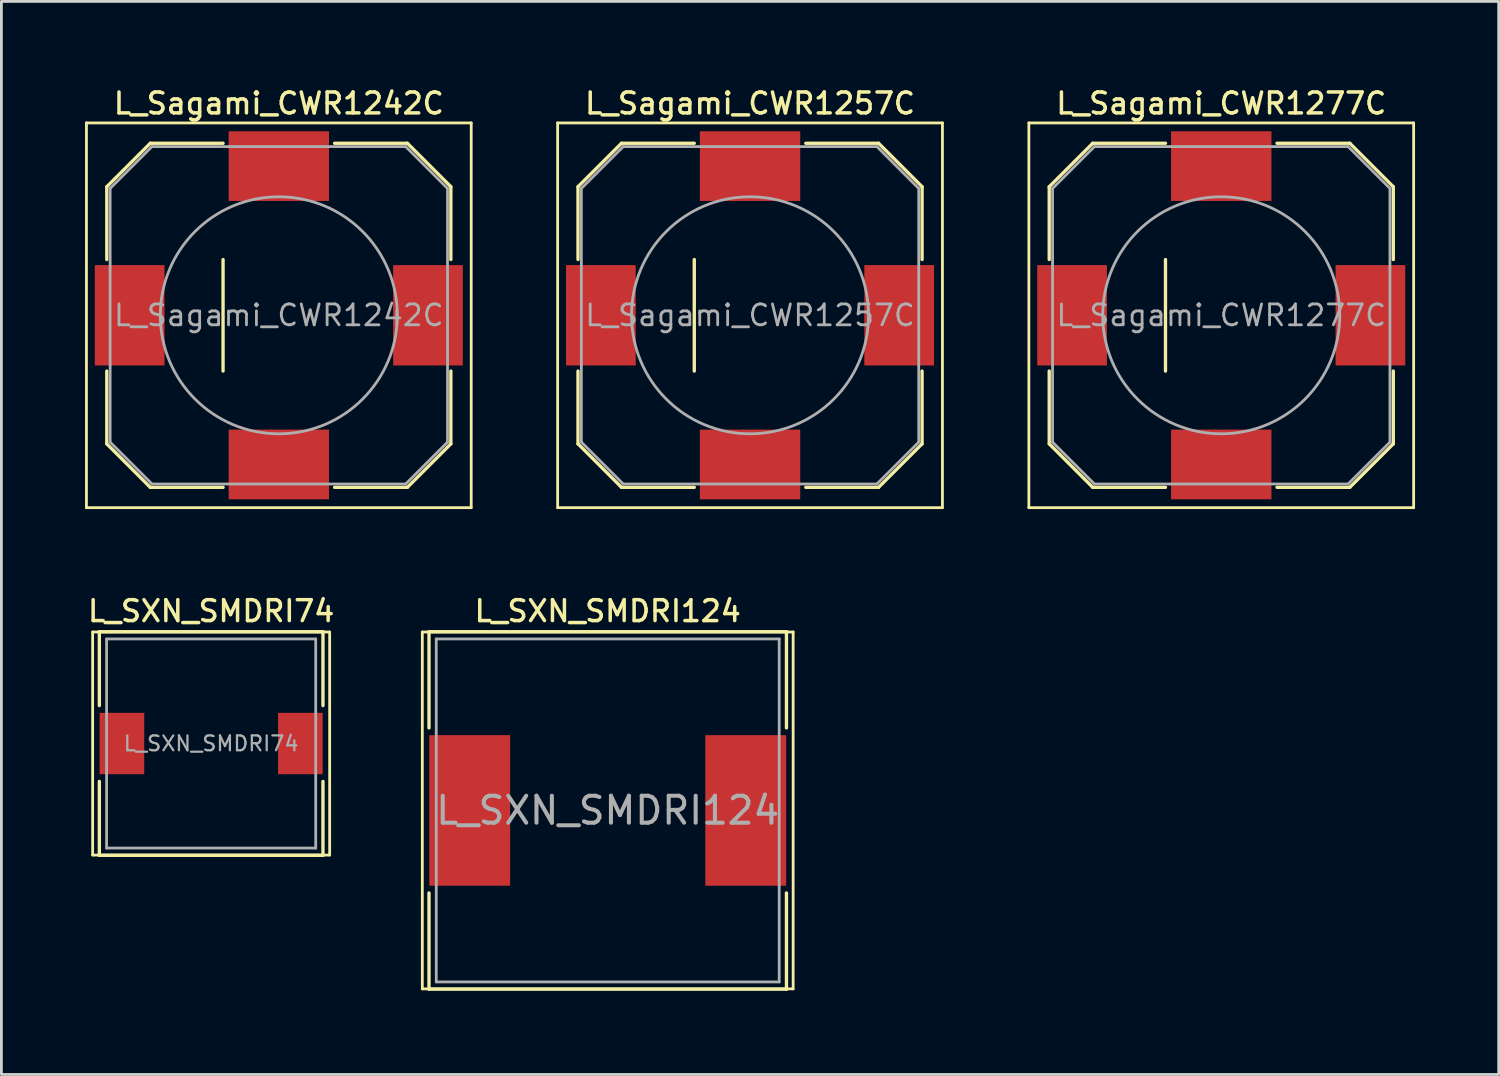
<source format=kicad_pcb>
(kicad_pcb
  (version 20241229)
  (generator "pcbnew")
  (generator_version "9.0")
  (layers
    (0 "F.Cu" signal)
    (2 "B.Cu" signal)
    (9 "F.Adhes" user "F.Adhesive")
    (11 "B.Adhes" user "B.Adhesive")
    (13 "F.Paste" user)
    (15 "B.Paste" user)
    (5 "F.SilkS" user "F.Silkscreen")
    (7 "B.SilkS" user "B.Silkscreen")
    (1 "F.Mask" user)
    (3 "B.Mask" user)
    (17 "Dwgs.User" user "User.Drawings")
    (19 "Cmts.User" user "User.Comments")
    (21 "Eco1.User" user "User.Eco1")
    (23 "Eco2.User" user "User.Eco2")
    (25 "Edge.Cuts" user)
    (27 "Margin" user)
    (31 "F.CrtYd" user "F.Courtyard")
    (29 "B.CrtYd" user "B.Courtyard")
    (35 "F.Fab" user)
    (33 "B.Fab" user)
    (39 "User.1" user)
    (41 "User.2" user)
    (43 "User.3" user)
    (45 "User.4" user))
  (footprint "L_Sagami_CWR1242C"
    (layer "F.Cu")
    (at 6.95 8.258)
    (property "Reference" "L_Sagami_CWR1242C" (at 0 -7.6 0) (layer "F.SilkS") (effects (font (size 0.75 0.75) (thickness 0.125))))
    (attr smd)
    (fp_line (start -6.9 -6.9) (end -6.9 6.9) (stroke (width 0.1) (type solid)) (layer "F.SilkS"))
    (fp_line (start -6.9 -6.9) (end 6.9 -6.9) (stroke (width 0.1) (type solid)) (layer "F.SilkS"))
    (fp_line (start -6.9 6.9) (end 6.9 6.9) (stroke (width 0.1) (type solid)) (layer "F.SilkS"))
    (fp_line (start -6.17 -4.61) (end -6.17 -2) (stroke (width 0.12) (type solid)) (layer "F.SilkS"))
    (fp_line (start -6.17 2) (end -6.17 4.61) (stroke (width 0.12) (type solid)) (layer "F.SilkS"))
    (fp_line (start -4.61 -6.17) (end -6.17 -4.61) (stroke (width 0.12) (type solid)) (layer "F.SilkS"))
    (fp_line (start -4.61 -6.17) (end -2 -6.17) (stroke (width 0.12) (type solid)) (layer "F.SilkS"))
    (fp_line (start -4.61 6.17) (end -6.17 4.61) (stroke (width 0.12) (type solid)) (layer "F.SilkS"))
    (fp_line (start -4.61 6.17) (end -2 6.17) (stroke (width 0.12) (type solid)) (layer "F.SilkS"))
    (fp_line (start -2 -2) (end -2 2) (stroke (width 0.12) (type solid)) (layer "F.SilkS"))
    (fp_line (start 2 6.17) (end 4.61 6.17) (stroke (width 0.12) (type solid)) (layer "F.SilkS"))
    (fp_line (start 4.61 -6.17) (end 2 -6.17) (stroke (width 0.12) (type solid)) (layer "F.SilkS"))
    (fp_line (start 4.61 -6.17) (end 6.17 -4.61) (stroke (width 0.12) (type solid)) (layer "F.SilkS"))
    (fp_line (start 4.61 6.17) (end 6.17 4.61) (stroke (width 0.12) (type solid)) (layer "F.SilkS"))
    (fp_line (start 6.17 -2) (end 6.17 -4.61) (stroke (width 0.12) (type solid)) (layer "F.SilkS"))
    (fp_line (start 6.17 4.61) (end 6.17 2) (stroke (width 0.12) (type solid)) (layer "F.SilkS"))
    (fp_line (start 6.9 -6.9) (end 6.9 6.9) (stroke (width 0.1) (type solid)) (layer "F.SilkS"))
    (fp_line (start -6.05 -4.55) (end -4.55 -6.05) (stroke (width 0.1) (type solid)) (layer "F.Fab"))
    (fp_line (start -6.05 4.55) (end -6.05 -4.55) (stroke (width 0.1) (type solid)) (layer "F.Fab"))
    (fp_line (start -6.05 4.55) (end -4.55 6.05) (stroke (width 0.1) (type solid)) (layer "F.Fab"))
    (fp_line (start -4.55 -6.05) (end 4.55 -6.05) (stroke (width 0.1) (type solid)) (layer "F.Fab"))
    (fp_line (start 4.55 -6.05) (end 6.05 -4.55) (stroke (width 0.1) (type solid)) (layer "F.Fab"))
    (fp_line (start 4.55 6.05) (end -4.55 6.05) (stroke (width 0.1) (type solid)) (layer "F.Fab"))
    (fp_line (start 4.55 6.05) (end 6.05 4.55) (stroke (width 0.1) (type solid)) (layer "F.Fab"))
    (fp_line (start 6.05 -4.55) (end 6.05 4.55) (stroke (width 0.1) (type solid)) (layer "F.Fab"))
    (fp_circle (center 0 0) (end 4.25 0) (stroke (width 0.1) (type solid)) (fill no) (layer "F.Fab"))
    (fp_text user "${REFERENCE}" (at 0 0 0) (layer "F.Fab") (effects (font (size 0.75 0.75) (thickness 0.1))))
    (pad "1" smd rect (at -5.35 0) (size 2.5 3.6) (layers "F.Cu" "F.Mask" "F.Paste"))
    (pad "1" smd rect (at 0 5.35) (size 3.6 2.5) (layers "F.Cu" "F.Mask" "F.Paste"))
    (pad "2" smd rect (at 0 -5.35) (size 3.6 2.5) (layers "F.Cu" "F.Mask" "F.Paste"))
    (pad "2" smd rect (at 5.35 0) (size 2.5 3.6) (layers "F.Cu" "F.Mask" "F.Paste")))
  (footprint "L_Sagami_CWR1277C"
    (layer "F.Cu")
    (at 40.75 8.258)
    (property "Reference" "L_Sagami_CWR1277C" (at 0 -7.6 0) (layer "F.SilkS") (effects (font (size 0.75 0.75) (thickness 0.125))))
    (attr smd)
    (fp_line (start -6.9 -6.9) (end -6.9 6.9) (stroke (width 0.1) (type solid)) (layer "F.SilkS"))
    (fp_line (start -6.9 -6.9) (end 6.9 -6.9) (stroke (width 0.1) (type solid)) (layer "F.SilkS"))
    (fp_line (start -6.9 6.9) (end 6.9 6.9) (stroke (width 0.1) (type solid)) (layer "F.SilkS"))
    (fp_line (start -6.17 -4.61) (end -6.17 -2) (stroke (width 0.12) (type solid)) (layer "F.SilkS"))
    (fp_line (start -6.17 2) (end -6.17 4.61) (stroke (width 0.12) (type solid)) (layer "F.SilkS"))
    (fp_line (start -4.61 -6.17) (end -6.17 -4.61) (stroke (width 0.12) (type solid)) (layer "F.SilkS"))
    (fp_line (start -4.61 -6.17) (end -2 -6.17) (stroke (width 0.12) (type solid)) (layer "F.SilkS"))
    (fp_line (start -4.61 6.17) (end -6.17 4.61) (stroke (width 0.12) (type solid)) (layer "F.SilkS"))
    (fp_line (start -4.61 6.17) (end -2 6.17) (stroke (width 0.12) (type solid)) (layer "F.SilkS"))
    (fp_line (start -2 -2) (end -2 2) (stroke (width 0.12) (type solid)) (layer "F.SilkS"))
    (fp_line (start 2 6.17) (end 4.61 6.17) (stroke (width 0.12) (type solid)) (layer "F.SilkS"))
    (fp_line (start 4.61 -6.17) (end 2 -6.17) (stroke (width 0.12) (type solid)) (layer "F.SilkS"))
    (fp_line (start 4.61 -6.17) (end 6.17 -4.61) (stroke (width 0.12) (type solid)) (layer "F.SilkS"))
    (fp_line (start 4.61 6.17) (end 6.17 4.61) (stroke (width 0.12) (type solid)) (layer "F.SilkS"))
    (fp_line (start 6.17 -2) (end 6.17 -4.61) (stroke (width 0.12) (type solid)) (layer "F.SilkS"))
    (fp_line (start 6.17 4.61) (end 6.17 2) (stroke (width 0.12) (type solid)) (layer "F.SilkS"))
    (fp_line (start 6.9 -6.9) (end 6.9 6.9) (stroke (width 0.1) (type solid)) (layer "F.SilkS"))
    (fp_line (start -6.05 -4.55) (end -4.55 -6.05) (stroke (width 0.1) (type solid)) (layer "F.Fab"))
    (fp_line (start -6.05 4.55) (end -6.05 -4.55) (stroke (width 0.1) (type solid)) (layer "F.Fab"))
    (fp_line (start -6.05 4.55) (end -4.55 6.05) (stroke (width 0.1) (type solid)) (layer "F.Fab"))
    (fp_line (start -4.55 -6.05) (end 4.55 -6.05) (stroke (width 0.1) (type solid)) (layer "F.Fab"))
    (fp_line (start 4.55 -6.05) (end 6.05 -4.55) (stroke (width 0.1) (type solid)) (layer "F.Fab"))
    (fp_line (start 4.55 6.05) (end -4.55 6.05) (stroke (width 0.1) (type solid)) (layer "F.Fab"))
    (fp_line (start 4.55 6.05) (end 6.05 4.55) (stroke (width 0.1) (type solid)) (layer "F.Fab"))
    (fp_line (start 6.05 -4.55) (end 6.05 4.55) (stroke (width 0.1) (type solid)) (layer "F.Fab"))
    (fp_circle (center 0 0) (end 4.25 0) (stroke (width 0.1) (type solid)) (fill no) (layer "F.Fab"))
    (fp_text user "${REFERENCE}" (at 0 0 0) (layer "F.Fab") (effects (font (size 0.75 0.75) (thickness 0.1))))
    (pad "1" smd rect (at -5.35 0) (size 2.5 3.6) (layers "F.Cu" "F.Mask" "F.Paste"))
    (pad "1" smd rect (at 0 5.35) (size 3.6 2.5) (layers "F.Cu" "F.Mask" "F.Paste"))
    (pad "2" smd rect (at 0 -5.35) (size 3.6 2.5) (layers "F.Cu" "F.Mask" "F.Paste"))
    (pad "2" smd rect (at 5.35 0) (size 2.5 3.6) (layers "F.Cu" "F.Mask" "F.Paste")))
  (footprint "L_Sagami_CWR1257C"
    (layer "F.Cu")
    (at 23.85 8.258)
    (property "Reference" "L_Sagami_CWR1257C" (at 0 -7.6 0) (layer "F.SilkS") (effects (font (size 0.75 0.75) (thickness 0.125))))
    (attr smd)
    (fp_line (start -6.9 -6.9) (end -6.9 6.9) (stroke (width 0.1) (type solid)) (layer "F.SilkS"))
    (fp_line (start -6.9 -6.9) (end 6.9 -6.9) (stroke (width 0.1) (type solid)) (layer "F.SilkS"))
    (fp_line (start -6.9 6.9) (end 6.9 6.9) (stroke (width 0.1) (type solid)) (layer "F.SilkS"))
    (fp_line (start -6.17 -4.61) (end -6.17 -2) (stroke (width 0.12) (type solid)) (layer "F.SilkS"))
    (fp_line (start -6.17 2) (end -6.17 4.61) (stroke (width 0.12) (type solid)) (layer "F.SilkS"))
    (fp_line (start -4.61 -6.17) (end -6.17 -4.61) (stroke (width 0.12) (type solid)) (layer "F.SilkS"))
    (fp_line (start -4.61 -6.17) (end -2 -6.17) (stroke (width 0.12) (type solid)) (layer "F.SilkS"))
    (fp_line (start -4.61 6.17) (end -6.17 4.61) (stroke (width 0.12) (type solid)) (layer "F.SilkS"))
    (fp_line (start -4.61 6.17) (end -2 6.17) (stroke (width 0.12) (type solid)) (layer "F.SilkS"))
    (fp_line (start -2 -2) (end -2 2) (stroke (width 0.12) (type solid)) (layer "F.SilkS"))
    (fp_line (start 2 6.17) (end 4.61 6.17) (stroke (width 0.12) (type solid)) (layer "F.SilkS"))
    (fp_line (start 4.61 -6.17) (end 2 -6.17) (stroke (width 0.12) (type solid)) (layer "F.SilkS"))
    (fp_line (start 4.61 -6.17) (end 6.17 -4.61) (stroke (width 0.12) (type solid)) (layer "F.SilkS"))
    (fp_line (start 4.61 6.17) (end 6.17 4.61) (stroke (width 0.12) (type solid)) (layer "F.SilkS"))
    (fp_line (start 6.17 -2) (end 6.17 -4.61) (stroke (width 0.12) (type solid)) (layer "F.SilkS"))
    (fp_line (start 6.17 4.61) (end 6.17 2) (stroke (width 0.12) (type solid)) (layer "F.SilkS"))
    (fp_line (start 6.9 -6.9) (end 6.9 6.9) (stroke (width 0.1) (type solid)) (layer "F.SilkS"))
    (fp_line (start -6.05 -4.55) (end -4.55 -6.05) (stroke (width 0.1) (type solid)) (layer "F.Fab"))
    (fp_line (start -6.05 4.55) (end -6.05 -4.55) (stroke (width 0.1) (type solid)) (layer "F.Fab"))
    (fp_line (start -6.05 4.55) (end -4.55 6.05) (stroke (width 0.1) (type solid)) (layer "F.Fab"))
    (fp_line (start -4.55 -6.05) (end 4.55 -6.05) (stroke (width 0.1) (type solid)) (layer "F.Fab"))
    (fp_line (start 4.55 -6.05) (end 6.05 -4.55) (stroke (width 0.1) (type solid)) (layer "F.Fab"))
    (fp_line (start 4.55 6.05) (end -4.55 6.05) (stroke (width 0.1) (type solid)) (layer "F.Fab"))
    (fp_line (start 4.55 6.05) (end 6.05 4.55) (stroke (width 0.1) (type solid)) (layer "F.Fab"))
    (fp_line (start 6.05 -4.55) (end 6.05 4.55) (stroke (width 0.1) (type solid)) (layer "F.Fab"))
    (fp_circle (center 0 0) (end 4.25 0) (stroke (width 0.1) (type solid)) (fill no) (layer "F.Fab"))
    (fp_text user "${REFERENCE}" (at 0 0 0) (layer "F.Fab") (effects (font (size 0.75 0.75) (thickness 0.1))))
    (pad "1" smd rect (at -5.35 0) (size 2.5 3.6) (layers "F.Cu" "F.Mask" "F.Paste"))
    (pad "1" smd rect (at 0 5.35) (size 3.6 2.5) (layers "F.Cu" "F.Mask" "F.Paste"))
    (pad "2" smd rect (at 0 -5.35) (size 3.6 2.5) (layers "F.Cu" "F.Mask" "F.Paste"))
    (pad "2" smd rect (at 5.35 0) (size 2.5 3.6) (layers "F.Cu" "F.Mask" "F.Paste")))
  (footprint "L_SXN_SMDRI74"
    (layer "F.Cu")
    (at 4.523 23.616)
    (property "Reference" "L_SXN_SMDRI74" (at 0 -4.75 0) (layer "F.SilkS") (effects (font (size 0.75 0.75) (thickness 0.125))))
    (attr smd)
    (fp_line (start -4.25 -4) (end -4.25 4) (stroke (width 0.1) (type solid)) (layer "F.SilkS"))
    (fp_line (start -4.25 4) (end 4.25 4) (stroke (width 0.1) (type solid)) (layer "F.SilkS"))
    (fp_line (start -4.01 -4.01) (end -4.01 -1.36) (stroke (width 0.12) (type solid)) (layer "F.SilkS"))
    (fp_line (start -4.01 -4.01) (end 4.01 -4.01) (stroke (width 0.12) (type solid)) (layer "F.SilkS"))
    (fp_line (start -4.01 4.01) (end -4.01 1.36) (stroke (width 0.12) (type solid)) (layer "F.SilkS"))
    (fp_line (start -4.01 4.01) (end 4.01 4.01) (stroke (width 0.12) (type solid)) (layer "F.SilkS"))
    (fp_line (start 4.01 -4.01) (end 4.01 -1.36) (stroke (width 0.12) (type solid)) (layer "F.SilkS"))
    (fp_line (start 4.01 4.01) (end 4.01 1.36) (stroke (width 0.12) (type solid)) (layer "F.SilkS"))
    (fp_line (start 4.25 -4) (end -4.25 -4) (stroke (width 0.1) (type solid)) (layer "F.SilkS"))
    (fp_line (start 4.25 4) (end 4.25 -4) (stroke (width 0.1) (type solid)) (layer "F.SilkS"))
    (fp_line (start -3.75 -3.75) (end -3.75 3.75) (stroke (width 0.1) (type solid)) (layer "F.Fab"))
    (fp_line (start -3.75 3.75) (end 3.75 3.75) (stroke (width 0.1) (type solid)) (layer "F.Fab"))
    (fp_line (start 3.75 -3.75) (end -3.75 -3.75) (stroke (width 0.1) (type solid)) (layer "F.Fab"))
    (fp_line (start 3.75 3.75) (end 3.75 -3.75) (stroke (width 0.1) (type solid)) (layer "F.Fab"))
    (fp_text user "${REFERENCE}" (at 0 0 0) (layer "F.Fab") (effects (font (size 0.533 0.533) (thickness 0.08))))
    (pad "1" smd rect (at -3.2 0) (size 1.6 2.2) (layers "F.Cu" "F.Mask" "F.Paste"))
    (pad "2" smd rect (at 3.2 0) (size 1.6 2.2) (layers "F.Cu" "F.Mask" "F.Paste")))
  (footprint "L_SXN_SMDRI124"
    (layer "F.Cu")
    (at 18.746 26.016)
    (property "Reference" "L_SXN_SMDRI124" (at 0 -7.15 0) (layer "F.SilkS") (effects (font (size 0.75 0.75) (thickness 0.125))))
    (attr smd)
    (fp_line (start -6.65 -6.4) (end -6.65 6.4) (stroke (width 0.1) (type solid)) (layer "F.SilkS"))
    (fp_line (start -6.65 6.4) (end 6.65 6.4) (stroke (width 0.1) (type solid)) (layer "F.SilkS"))
    (fp_line (start -6.41 -6.41) (end -6.41 -2.96) (stroke (width 0.12) (type solid)) (layer "F.SilkS"))
    (fp_line (start -6.41 -6.41) (end 6.41 -6.41) (stroke (width 0.12) (type solid)) (layer "F.SilkS"))
    (fp_line (start -6.41 6.41) (end -6.41 2.96) (stroke (width 0.12) (type solid)) (layer "F.SilkS"))
    (fp_line (start -6.41 6.41) (end 6.41 6.41) (stroke (width 0.12) (type solid)) (layer "F.SilkS"))
    (fp_line (start 6.41 -6.41) (end 6.41 -2.96) (stroke (width 0.12) (type solid)) (layer "F.SilkS"))
    (fp_line (start 6.41 6.41) (end 6.41 2.96) (stroke (width 0.12) (type solid)) (layer "F.SilkS"))
    (fp_line (start 6.65 -6.4) (end -6.65 -6.4) (stroke (width 0.1) (type solid)) (layer "F.SilkS"))
    (fp_line (start 6.65 6.4) (end 6.65 -6.4) (stroke (width 0.1) (type solid)) (layer "F.SilkS"))
    (fp_line (start -6.15 -6.15) (end -6.15 6.15) (stroke (width 0.1) (type solid)) (layer "F.Fab"))
    (fp_line (start -6.15 6.15) (end 6.15 6.15) (stroke (width 0.1) (type solid)) (layer "F.Fab"))
    (fp_line (start 6.15 -6.15) (end -6.15 -6.15) (stroke (width 0.1) (type solid)) (layer "F.Fab"))
    (fp_line (start 6.15 6.15) (end 6.15 -6.15) (stroke (width 0.1) (type solid)) (layer "F.Fab"))
    (fp_text user "${REFERENCE}" (at 0 0 0) (layer "F.Fab") (effects (font (size 0.967 0.967) (thickness 0.145))))
    (pad "1" smd rect (at -4.95 0) (size 2.9 5.4) (layers "F.Cu" "F.Mask" "F.Paste"))
    (pad "2" smd rect (at 4.95 0) (size 2.9 5.4) (layers "F.Cu" "F.Mask" "F.Paste")))
  (gr_rect
    (start -3 -3)
    (end 50.7 35.486)
    (stroke (width 0.1) (type default))
    (fill no)
    (layer "Edge.Cuts")))
</source>
